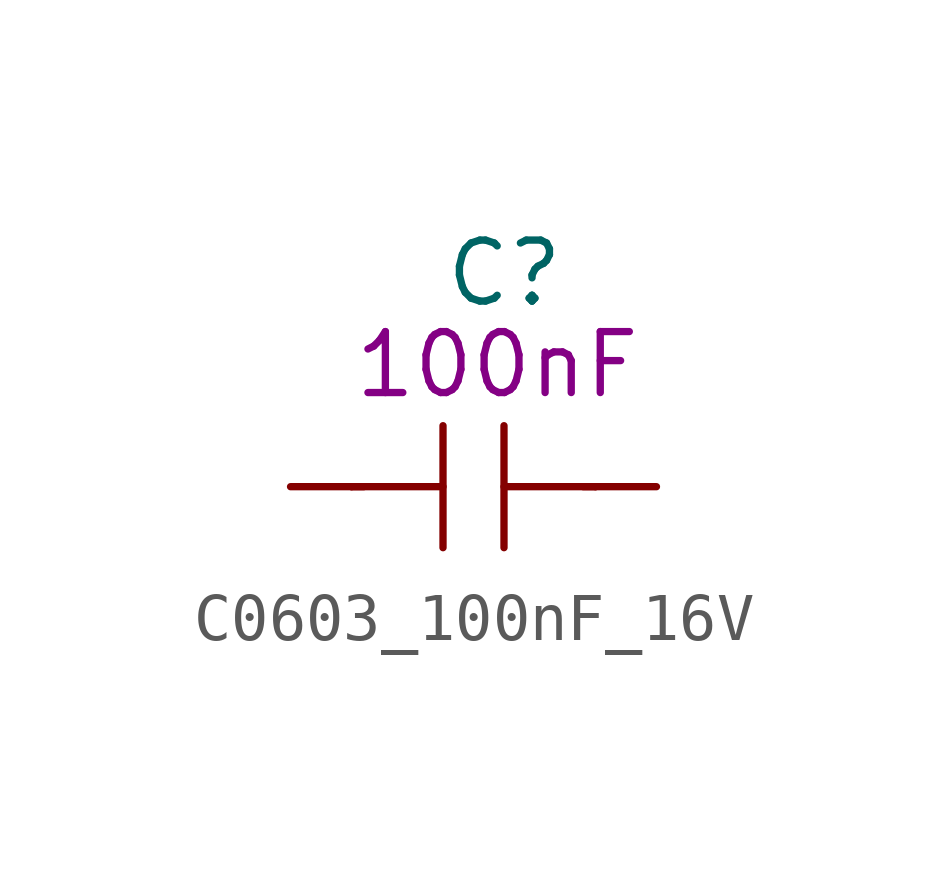
<source format=kicad_sym>
(kicad_symbol_lib
  (version 20211014)
  (generator kicad_symbol_editor)
  (symbol "C0603_100nF_16V"
    (pin_numbers hide)
    (pin_names
      (offset 1.016))
    (property "Reference" "C"
      (at -0.635 4.445 0)
      (effects (font (size 1.27 1.27)) (justify left)))
    (property "Symbol" "100nF"
      (at -2.54 2.54 0)
      (effects (font (size 1.27 1.27)) (justify left)))
    (symbol "C0603_100nF_16V_1_1"
      (polyline (pts (xy -2.54 0) (xy -0.635 0)) (stroke (width 0) (type default) (color 0 0 0 0)) (fill (type none)))
      (polyline (pts (xy -2.286 0) (xy -2.54 0)) (stroke (width 0) (type default) (color 0 0 0 0)) (fill (type none)))
      (polyline (pts (xy -0.635 1.27) (xy -0.635 -1.27)) (stroke (width 0) (type default) (color 0 0 0 0)) (fill (type none)))
      (polyline (pts (xy 0.635 0) (xy 2.54 0)) (stroke (width 0) (type default) (color 0 0 0 0)) (fill (type none)))
      (polyline (pts (xy 0.635 1.27) (xy 0.635 -1.27)) (stroke (width 0) (type default) (color 0 0 0 0)) (fill (type none)))
      (polyline (pts (xy 2.286 0) (xy 2.54 0)) (stroke (width 0) (type default) (color 0 0 0 0)) (fill (type none)))
      (pin passive line (at -3.81 0 0) (length 1.27) (name "~" (effects (font (size 1.27 1.27)))) (number "1" (effects (font (size 1.27 1.27)))))
      (pin passive line (at 3.81 0 180) (length 1.27) (name "~" (effects (font (size 1.27 1.27)))) (number "2" (effects (font (size 1.27 1.27))))))))
</source>
